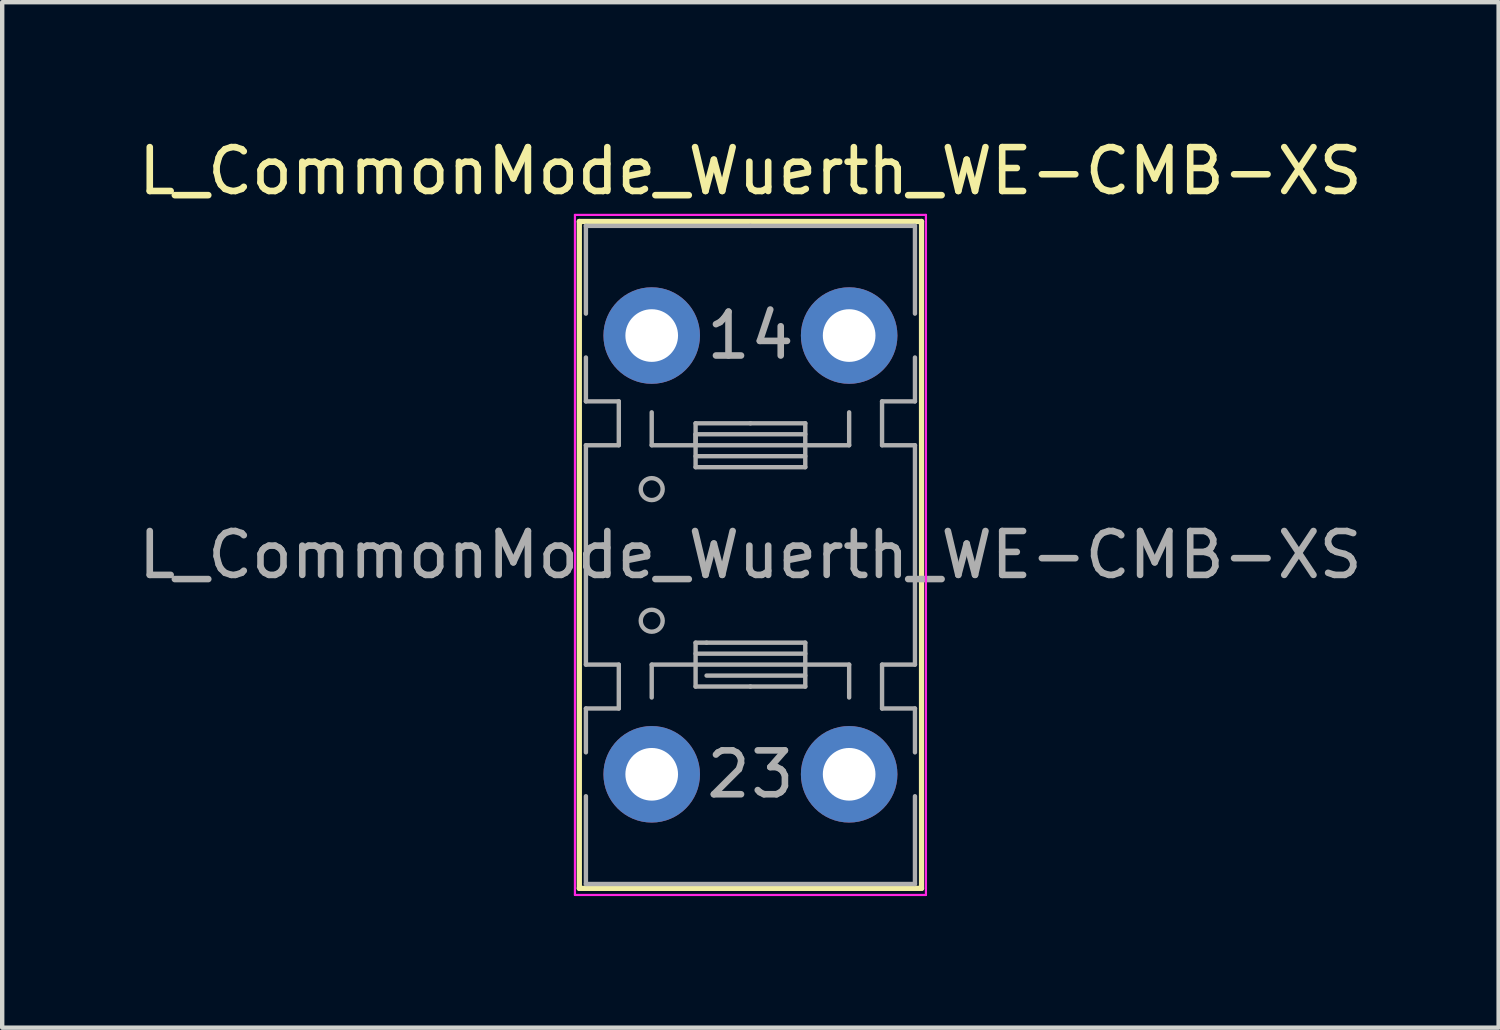
<source format=kicad_pcb>
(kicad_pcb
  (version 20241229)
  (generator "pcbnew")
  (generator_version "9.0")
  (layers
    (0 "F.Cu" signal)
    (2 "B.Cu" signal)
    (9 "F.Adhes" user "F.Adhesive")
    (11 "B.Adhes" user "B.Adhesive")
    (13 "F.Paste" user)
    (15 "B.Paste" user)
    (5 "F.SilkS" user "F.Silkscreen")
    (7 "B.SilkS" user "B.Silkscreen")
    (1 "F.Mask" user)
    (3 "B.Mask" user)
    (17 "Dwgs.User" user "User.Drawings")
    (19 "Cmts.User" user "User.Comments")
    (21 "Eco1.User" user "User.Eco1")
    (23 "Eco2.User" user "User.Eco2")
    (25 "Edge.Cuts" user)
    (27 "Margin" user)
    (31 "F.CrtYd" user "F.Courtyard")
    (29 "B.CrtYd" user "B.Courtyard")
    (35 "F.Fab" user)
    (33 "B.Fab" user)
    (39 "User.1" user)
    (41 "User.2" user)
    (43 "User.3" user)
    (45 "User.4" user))
  (footprint "L_CommonMode_Wuerth_WE-CMB-XS"
    (layer "F.Cu")
    (at 11.804 4.598)
    (property "Reference" "L_CommonMode_Wuerth_WE-CMB-XS" (at 2.25 -3.75 0) (layer "F.SilkS") (effects (font (size 1 1) (thickness 0.15))))
    (attr through_hole)
    (fp_line (start -1.65 -2.6) (end -1.65 12.6) (stroke (width 0.12) (type solid)) (layer "F.SilkS"))
    (fp_line (start -1.65 12.6) (end 6.15 12.6) (stroke (width 0.12) (type solid)) (layer "F.SilkS"))
    (fp_line (start 6.15 -2.6) (end -1.65 -2.6) (stroke (width 0.12) (type solid)) (layer "F.SilkS"))
    (fp_line (start 6.15 12.6) (end 6.15 -2.6) (stroke (width 0.12) (type solid)) (layer "F.SilkS"))
    (fp_line (start -1.75 -2.75) (end -1.75 12.75) (stroke (width 0.05) (type solid)) (layer "F.CrtYd"))
    (fp_line (start -1.75 12.75) (end 6.25 12.75) (stroke (width 0.05) (type solid)) (layer "F.CrtYd"))
    (fp_line (start 6.25 -2.75) (end -1.75 -2.75) (stroke (width 0.05) (type solid)) (layer "F.CrtYd"))
    (fp_line (start 6.25 12.75) (end 6.25 -2.75) (stroke (width 0.05) (type solid)) (layer "F.CrtYd"))
    (fp_line (start -1.5 -2.5) (end 2.25 -2.5) (stroke (width 0.1) (type solid)) (layer "F.Fab"))
    (fp_line (start -1.5 -0.5) (end -1.5 -2.5) (stroke (width 0.1) (type solid)) (layer "F.Fab"))
    (fp_line (start -1.5 1.5) (end -1.5 0.5) (stroke (width 0.1) (type solid)) (layer "F.Fab"))
    (fp_line (start -1.5 2.5) (end -0.75 2.5) (stroke (width 0.1) (type solid)) (layer "F.Fab"))
    (fp_line (start -1.5 7.5) (end -1.5 2.5) (stroke (width 0.1) (type solid)) (layer "F.Fab"))
    (fp_line (start -1.5 8.5) (end -0.75 8.5) (stroke (width 0.1) (type solid)) (layer "F.Fab"))
    (fp_line (start -1.5 9.5) (end -1.5 8.5) (stroke (width 0.1) (type solid)) (layer "F.Fab"))
    (fp_line (start -1.5 12.5) (end -1.5 10.5) (stroke (width 0.1) (type solid)) (layer "F.Fab"))
    (fp_line (start -0.75 1.5) (end -1.5 1.5) (stroke (width 0.1) (type solid)) (layer "F.Fab"))
    (fp_line (start -0.75 2.5) (end -0.75 1.5) (stroke (width 0.1) (type solid)) (layer "F.Fab"))
    (fp_line (start -0.75 7.5) (end -1.5 7.5) (stroke (width 0.1) (type solid)) (layer "F.Fab"))
    (fp_line (start -0.75 8.5) (end -0.75 7.5) (stroke (width 0.1) (type solid)) (layer "F.Fab"))
    (fp_line (start 0 2.5) (end 0 1.75) (stroke (width 0.1) (type solid)) (layer "F.Fab"))
    (fp_line (start 0 7.5) (end 0 8.25) (stroke (width 0.1) (type solid)) (layer "F.Fab"))
    (fp_line (start 1 2) (end 2.25 2) (stroke (width 0.1) (type solid)) (layer "F.Fab"))
    (fp_line (start 1 2.25) (end 1 2.5) (stroke (width 0.1) (type solid)) (layer "F.Fab"))
    (fp_line (start 1 2.5) (end 0 2.5) (stroke (width 0.1) (type solid)) (layer "F.Fab"))
    (fp_line (start 1 2.75) (end 3.5 2.75) (stroke (width 0.1) (type solid)) (layer "F.Fab"))
    (fp_line (start 1 3) (end 1 2) (stroke (width 0.1) (type solid)) (layer "F.Fab"))
    (fp_line (start 1 7) (end 1 8) (stroke (width 0.1) (type solid)) (layer "F.Fab"))
    (fp_line (start 1 7.5) (end 0 7.5) (stroke (width 0.1) (type solid)) (layer "F.Fab"))
    (fp_line (start 1 8) (end 2.25 8) (stroke (width 0.1) (type solid)) (layer "F.Fab"))
    (fp_line (start 1.25 7) (end 1 7) (stroke (width 0.1) (type solid)) (layer "F.Fab"))
    (fp_line (start 2.25 -2.5) (end 6 -2.5) (stroke (width 0.1) (type solid)) (layer "F.Fab"))
    (fp_line (start 2.25 2) (end 3.5 2) (stroke (width 0.1) (type solid)) (layer "F.Fab"))
    (fp_line (start 2.25 8) (end 3.5 8) (stroke (width 0.1) (type solid)) (layer "F.Fab"))
    (fp_line (start 3.5 2) (end 3.5 3) (stroke (width 0.1) (type solid)) (layer "F.Fab"))
    (fp_line (start 3.5 2.25) (end 1 2.25) (stroke (width 0.1) (type solid)) (layer "F.Fab"))
    (fp_line (start 3.5 2.5) (end 1 2.5) (stroke (width 0.1) (type solid)) (layer "F.Fab"))
    (fp_line (start 3.5 2.5) (end 4.5 2.5) (stroke (width 0.1) (type solid)) (layer "F.Fab"))
    (fp_line (start 3.5 3) (end 1 3) (stroke (width 0.1) (type solid)) (layer "F.Fab"))
    (fp_line (start 3.5 7) (end 1.25 7) (stroke (width 0.1) (type solid)) (layer "F.Fab"))
    (fp_line (start 3.5 7.25) (end 1 7.25) (stroke (width 0.1) (type solid)) (layer "F.Fab"))
    (fp_line (start 3.5 7.5) (end 1 7.5) (stroke (width 0.1) (type solid)) (layer "F.Fab"))
    (fp_line (start 3.5 7.5) (end 4.5 7.5) (stroke (width 0.1) (type solid)) (layer "F.Fab"))
    (fp_line (start 3.5 7.75) (end 1.25 7.75) (stroke (width 0.1) (type solid)) (layer "F.Fab"))
    (fp_line (start 3.5 8) (end 3.5 7) (stroke (width 0.1) (type solid)) (layer "F.Fab"))
    (fp_line (start 4.5 2.5) (end 4.5 1.75) (stroke (width 0.1) (type solid)) (layer "F.Fab"))
    (fp_line (start 4.5 7.5) (end 4.5 8.25) (stroke (width 0.1) (type solid)) (layer "F.Fab"))
    (fp_line (start 5.25 1.5) (end 5.25 2.5) (stroke (width 0.1) (type solid)) (layer "F.Fab"))
    (fp_line (start 5.25 2.5) (end 6 2.5) (stroke (width 0.1) (type solid)) (layer "F.Fab"))
    (fp_line (start 5.25 7.5) (end 5.25 8.5) (stroke (width 0.1) (type solid)) (layer "F.Fab"))
    (fp_line (start 5.25 8.5) (end 6 8.5) (stroke (width 0.1) (type solid)) (layer "F.Fab"))
    (fp_line (start 6 -2.5) (end 6 -0.5) (stroke (width 0.1) (type solid)) (layer "F.Fab"))
    (fp_line (start 6 0.5) (end 6 1.5) (stroke (width 0.1) (type solid)) (layer "F.Fab"))
    (fp_line (start 6 1.5) (end 5.25 1.5) (stroke (width 0.1) (type solid)) (layer "F.Fab"))
    (fp_line (start 6 2.5) (end 6 7.5) (stroke (width 0.1) (type solid)) (layer "F.Fab"))
    (fp_line (start 6 7.5) (end 5.25 7.5) (stroke (width 0.1) (type solid)) (layer "F.Fab"))
    (fp_line (start 6 8.5) (end 6 9.5) (stroke (width 0.1) (type solid)) (layer "F.Fab"))
    (fp_line (start 6 10.5) (end 6 12.5) (stroke (width 0.1) (type solid)) (layer "F.Fab"))
    (fp_line (start 6 12.5) (end -1.5 12.5) (stroke (width 0.1) (type solid)) (layer "F.Fab"))
    (fp_circle (center 0 3.5) (end 0.25 3.5) (stroke (width 0.1) (type solid)) (fill no) (layer "F.Fab"))
    (fp_circle (center 0 6.5) (end 0 6.25) (stroke (width 0.1) (type solid)) (fill no) (layer "F.Fab"))
    (fp_text user "${REFERENCE}" (at 2.25 5 0) (layer "F.Fab") (effects (font (size 1 1) (thickness 0.15))))
    (fp_text user "3" (at 2.75 10 0) (layer "F.Fab") (effects (font (size 1 1) (thickness 0.15))))
    (fp_text user "2" (at 1.75 10 0) (layer "F.Fab") (effects (font (size 1 1) (thickness 0.15))))
    (fp_text user "4" (at 2.75 0 0) (layer "F.Fab") (effects (font (size 1 1) (thickness 0.15))))
    (fp_text user "1" (at 1.75 0 0) (layer "F.Fab") (effects (font (size 1 1) (thickness 0.15))))
    (pad "1" thru_hole circle (at 0 0) (size 2.2 2.2) (drill 1.2) (layers "*.Cu" "*.Mask"))
    (pad "2" thru_hole circle (at 0 10) (size 2.2 2.2) (drill 1.2) (layers "*.Cu" "*.Mask"))
    (pad "3" thru_hole circle (at 4.5 10) (size 2.2 2.2) (drill 1.2) (layers "*.Cu" "*.Mask"))
    (pad "4" thru_hole circle (at 4.5 0) (size 2.2 2.2) (drill 1.2) (layers "*.Cu" "*.Mask")))
  (gr_rect
    (start -3 -3)
    (end 31.107 20.373)
    (stroke (width 0.1) (type default))
    (fill no)
    (layer "Edge.Cuts")))
</source>
